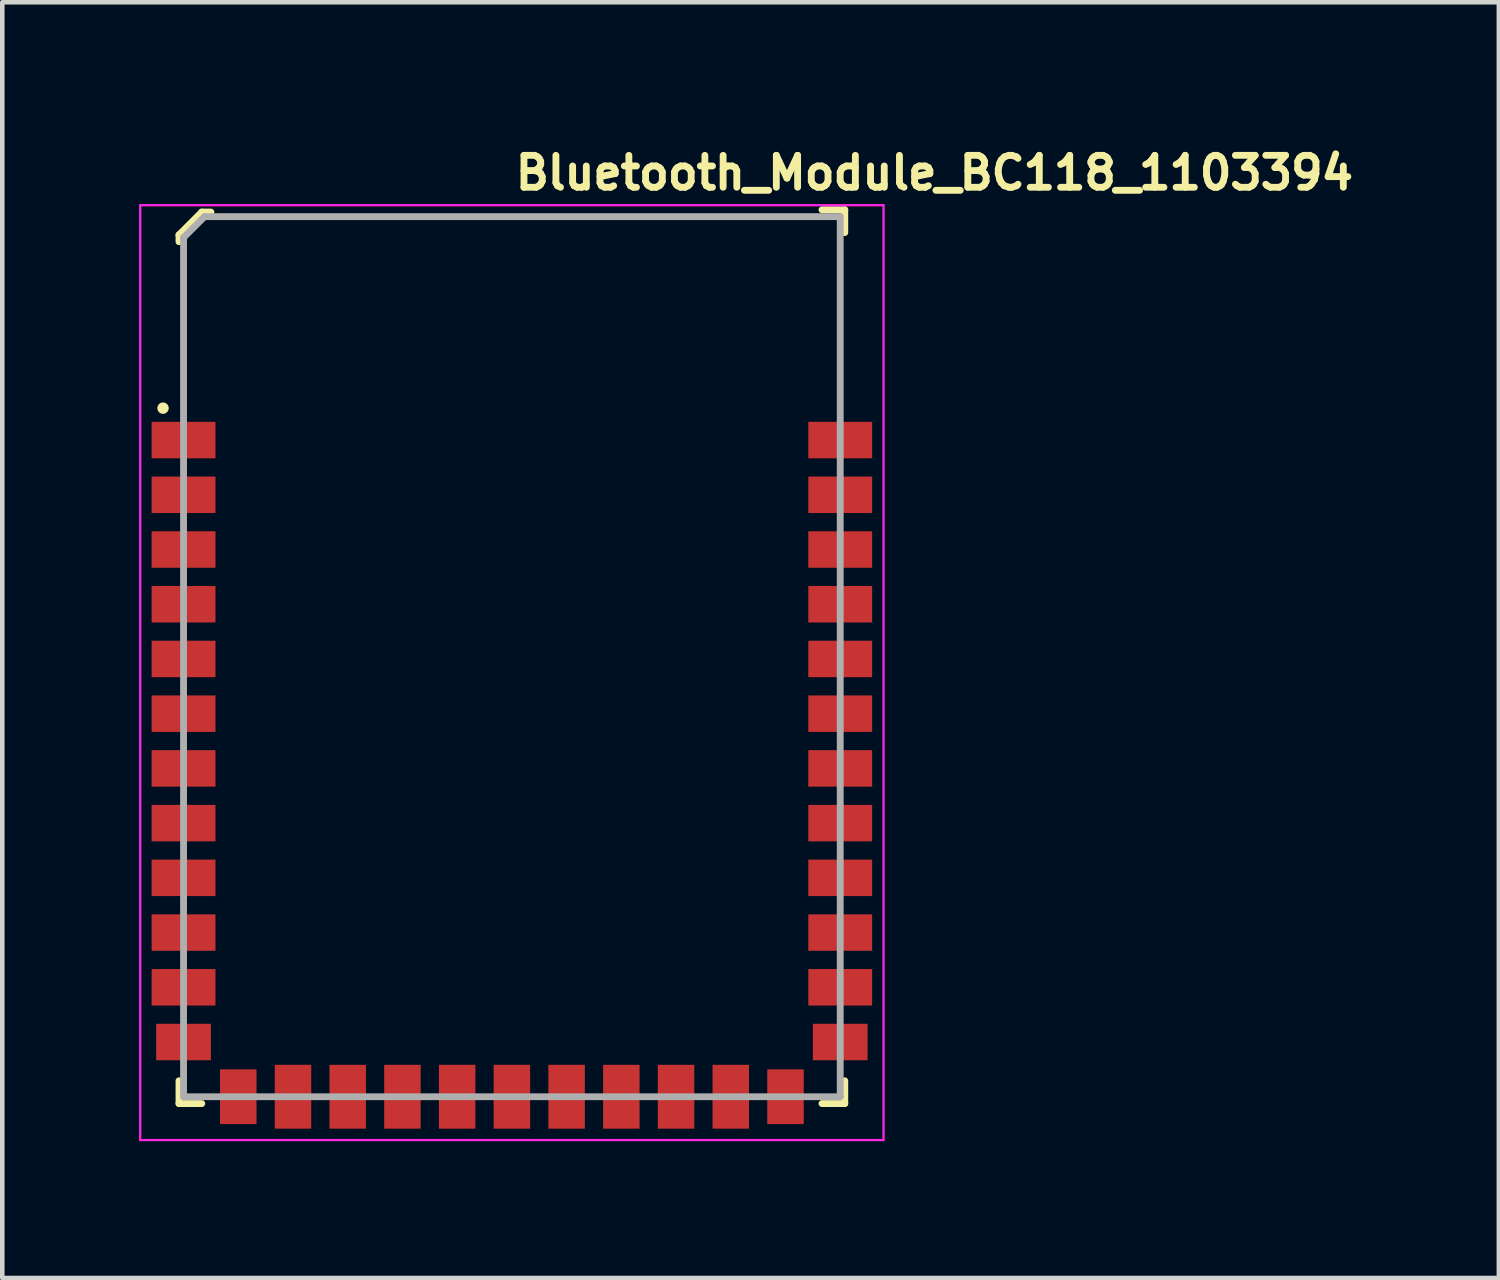
<source format=kicad_pcb>
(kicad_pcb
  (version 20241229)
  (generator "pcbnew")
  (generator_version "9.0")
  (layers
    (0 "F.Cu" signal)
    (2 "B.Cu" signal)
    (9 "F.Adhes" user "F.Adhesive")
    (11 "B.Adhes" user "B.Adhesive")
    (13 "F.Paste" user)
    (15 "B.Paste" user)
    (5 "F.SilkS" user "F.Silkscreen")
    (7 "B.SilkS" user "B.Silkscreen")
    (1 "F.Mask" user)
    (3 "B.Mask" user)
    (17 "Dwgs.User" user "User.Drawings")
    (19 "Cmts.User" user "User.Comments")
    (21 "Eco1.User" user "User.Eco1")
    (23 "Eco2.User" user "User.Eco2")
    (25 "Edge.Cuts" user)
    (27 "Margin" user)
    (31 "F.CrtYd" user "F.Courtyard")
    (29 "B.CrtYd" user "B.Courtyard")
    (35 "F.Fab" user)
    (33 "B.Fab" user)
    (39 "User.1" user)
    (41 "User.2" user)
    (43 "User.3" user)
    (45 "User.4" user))
  (footprint "Bluetooth_Module_BC118_1103394"
    (layer "F.Cu")
    (at 8.175 11.35)
    (property "Reference" "Bluetooth_Module_BC118_1103394" (at 0 -10.2 0) (layer "F.SilkS") (effects (font (size 0.7 0.7) (thickness 0.15)) (justify left bottom)))
    (attr smd)
    (fp_line (start -7.3 -9.25) (end -7.3 -9.1) (stroke (width 0.15) (type solid)) (layer "F.SilkS"))
    (fp_line (start -7.3 9.8) (end -7.3 9.3) (stroke (width 0.15) (type solid)) (layer "F.SilkS"))
    (fp_line (start -7.3 9.8) (end -6.8 9.8) (stroke (width 0.15) (type solid)) (layer "F.SilkS"))
    (fp_line (start -6.8 -9.75) (end -7.3 -9.25) (stroke (width 0.15) (type solid)) (layer "F.SilkS"))
    (fp_line (start -6.6 -9.75) (end -6.8 -9.75) (stroke (width 0.15) (type solid)) (layer "F.SilkS"))
    (fp_line (start 7.3 -9.8) (end 6.8 -9.8) (stroke (width 0.15) (type solid)) (layer "F.SilkS"))
    (fp_line (start 7.3 -9.8) (end 7.3 -9.3) (stroke (width 0.15) (type solid)) (layer "F.SilkS"))
    (fp_line (start 7.3 9.8) (end 6.8 9.8) (stroke (width 0.15) (type solid)) (layer "F.SilkS"))
    (fp_line (start 7.3 9.8) (end 7.3 9.3) (stroke (width 0.15) (type solid)) (layer "F.SilkS"))
    (fp_circle (center -7.65 -5.45) (end -7.6 -5.45) (stroke (width 0.15) (type solid)) (fill yes) (layer "F.SilkS"))
    (fp_line (start -8.15 -9.9) (end 8.15 -9.9) (stroke (width 0.05) (type solid)) (layer "F.CrtYd"))
    (fp_line (start -8.15 10.6) (end -8.15 -9.9) (stroke (width 0.05) (type solid)) (layer "F.CrtYd"))
    (fp_line (start -8.15 10.6) (end 8.15 10.6) (stroke (width 0.05) (type solid)) (layer "F.CrtYd"))
    (fp_line (start 8.15 10.6) (end 8.15 -9.9) (stroke (width 0.05) (type solid)) (layer "F.CrtYd"))
    (fp_line (start -7.2 -9.19) (end -7.2 9.65) (stroke (width 0.15) (type solid)) (layer "F.Fab"))
    (fp_line (start -7.2 -9.19) (end -6.74 -9.65) (stroke (width 0.15) (type solid)) (layer "F.Fab"))
    (fp_line (start -7.2 9.65) (end 7.2 9.65) (stroke (width 0.15) (type solid)) (layer "F.Fab"))
    (fp_line (start -6.74 -9.65) (end 7.2 -9.65) (stroke (width 0.15) (type solid)) (layer "F.Fab"))
    (fp_line (start 7.2 -9.65) (end 7.2 9.65) (stroke (width 0.15) (type solid)) (layer "F.Fab"))
    (pad "1" smd rect (at -7.2 -4.75) (size 1.4 0.8) (layers "F.Cu" "F.Mask" "F.Paste"))
    (pad "2" smd rect (at -7.2 -3.55) (size 1.4 0.8) (layers "F.Cu" "F.Mask" "F.Paste"))
    (pad "3" smd rect (at -7.2 -2.35) (size 1.4 0.8) (layers "F.Cu" "F.Mask" "F.Paste"))
    (pad "4" smd rect (at -7.2 -1.15) (size 1.4 0.8) (layers "F.Cu" "F.Mask" "F.Paste"))
    (pad "5" smd rect (at -7.2 0.05) (size 1.4 0.8) (layers "F.Cu" "F.Mask" "F.Paste"))
    (pad "6" smd rect (at -7.2 1.25) (size 1.4 0.8) (layers "F.Cu" "F.Mask" "F.Paste"))
    (pad "7" smd rect (at -7.2 2.45) (size 1.4 0.8) (layers "F.Cu" "F.Mask" "F.Paste"))
    (pad "8" smd rect (at -7.2 3.65) (size 1.4 0.8) (layers "F.Cu" "F.Mask" "F.Paste"))
    (pad "9" smd rect (at -7.2 4.85) (size 1.4 0.8) (layers "F.Cu" "F.Mask" "F.Paste"))
    (pad "10" smd rect (at -7.2 6.05) (size 1.4 0.8) (layers "F.Cu" "F.Mask" "F.Paste"))
    (pad "11" smd rect (at -7.2 7.25) (size 1.4 0.8) (layers "F.Cu" "F.Mask" "F.Paste"))
    (pad "12" smd rect (at -7.2 8.45) (size 1.2 0.8) (layers "F.Cu" "F.Mask" "F.Paste"))
    (pad "13" smd rect (at -6 9.65) (size 0.8 1.2) (layers "F.Cu" "F.Mask" "F.Paste"))
    (pad "14" smd rect (at -4.8 9.65) (size 0.8 1.4) (layers "F.Cu" "F.Mask" "F.Paste"))
    (pad "15" smd rect (at -3.6 9.65) (size 0.8 1.4) (layers "F.Cu" "F.Mask" "F.Paste"))
    (pad "16" smd rect (at -2.4 9.65) (size 0.8 1.4) (layers "F.Cu" "F.Mask" "F.Paste"))
    (pad "17" smd rect (at -1.2 9.65) (size 0.8 1.4) (layers "F.Cu" "F.Mask" "F.Paste"))
    (pad "18" smd rect (at 0 9.65) (size 0.8 1.4) (layers "F.Cu" "F.Mask" "F.Paste"))
    (pad "19" smd rect (at 1.2 9.65) (size 0.8 1.4) (layers "F.Cu" "F.Mask" "F.Paste"))
    (pad "20" smd rect (at 2.4 9.65) (size 0.8 1.4) (layers "F.Cu" "F.Mask" "F.Paste"))
    (pad "21" smd rect (at 3.6 9.65) (size 0.8 1.4) (layers "F.Cu" "F.Mask" "F.Paste"))
    (pad "22" smd rect (at 4.8 9.65) (size 0.8 1.4) (layers "F.Cu" "F.Mask" "F.Paste"))
    (pad "23" smd rect (at 6 9.65) (size 0.8 1.2) (layers "F.Cu" "F.Mask" "F.Paste"))
    (pad "24" smd rect (at 7.2 8.45) (size 1.2 0.8) (layers "F.Cu" "F.Mask" "F.Paste"))
    (pad "25" smd rect (at 7.2 7.25) (size 1.4 0.8) (layers "F.Cu" "F.Mask" "F.Paste"))
    (pad "26" smd rect (at 7.2 6.05) (size 1.4 0.8) (layers "F.Cu" "F.Mask" "F.Paste"))
    (pad "27" smd rect (at 7.2 4.85) (size 1.4 0.8) (layers "F.Cu" "F.Mask" "F.Paste"))
    (pad "28" smd rect (at 7.2 3.65) (size 1.4 0.8) (layers "F.Cu" "F.Mask" "F.Paste"))
    (pad "29" smd rect (at 7.2 2.45) (size 1.4 0.8) (layers "F.Cu" "F.Mask" "F.Paste"))
    (pad "30" smd rect (at 7.2 1.25) (size 1.4 0.8) (layers "F.Cu" "F.Mask" "F.Paste"))
    (pad "31" smd rect (at 7.2 0.05) (size 1.4 0.8) (layers "F.Cu" "F.Mask" "F.Paste"))
    (pad "32" smd rect (at 7.2 -1.15) (size 1.4 0.8) (layers "F.Cu" "F.Mask" "F.Paste"))
    (pad "33" smd rect (at 7.2 -2.35) (size 1.4 0.8) (layers "F.Cu" "F.Mask" "F.Paste"))
    (pad "34" smd rect (at 7.2 -3.55) (size 1.4 0.8) (layers "F.Cu" "F.Mask" "F.Paste"))
    (pad "35" smd rect (at 7.2 -4.75) (size 1.4 0.8) (layers "F.Cu" "F.Mask" "F.Paste")))
  (gr_rect
    (start -3 -3)
    (end 29.818 24.975)
    (stroke (width 0.1) (type default))
    (fill no)
    (layer "Edge.Cuts")))
</source>
